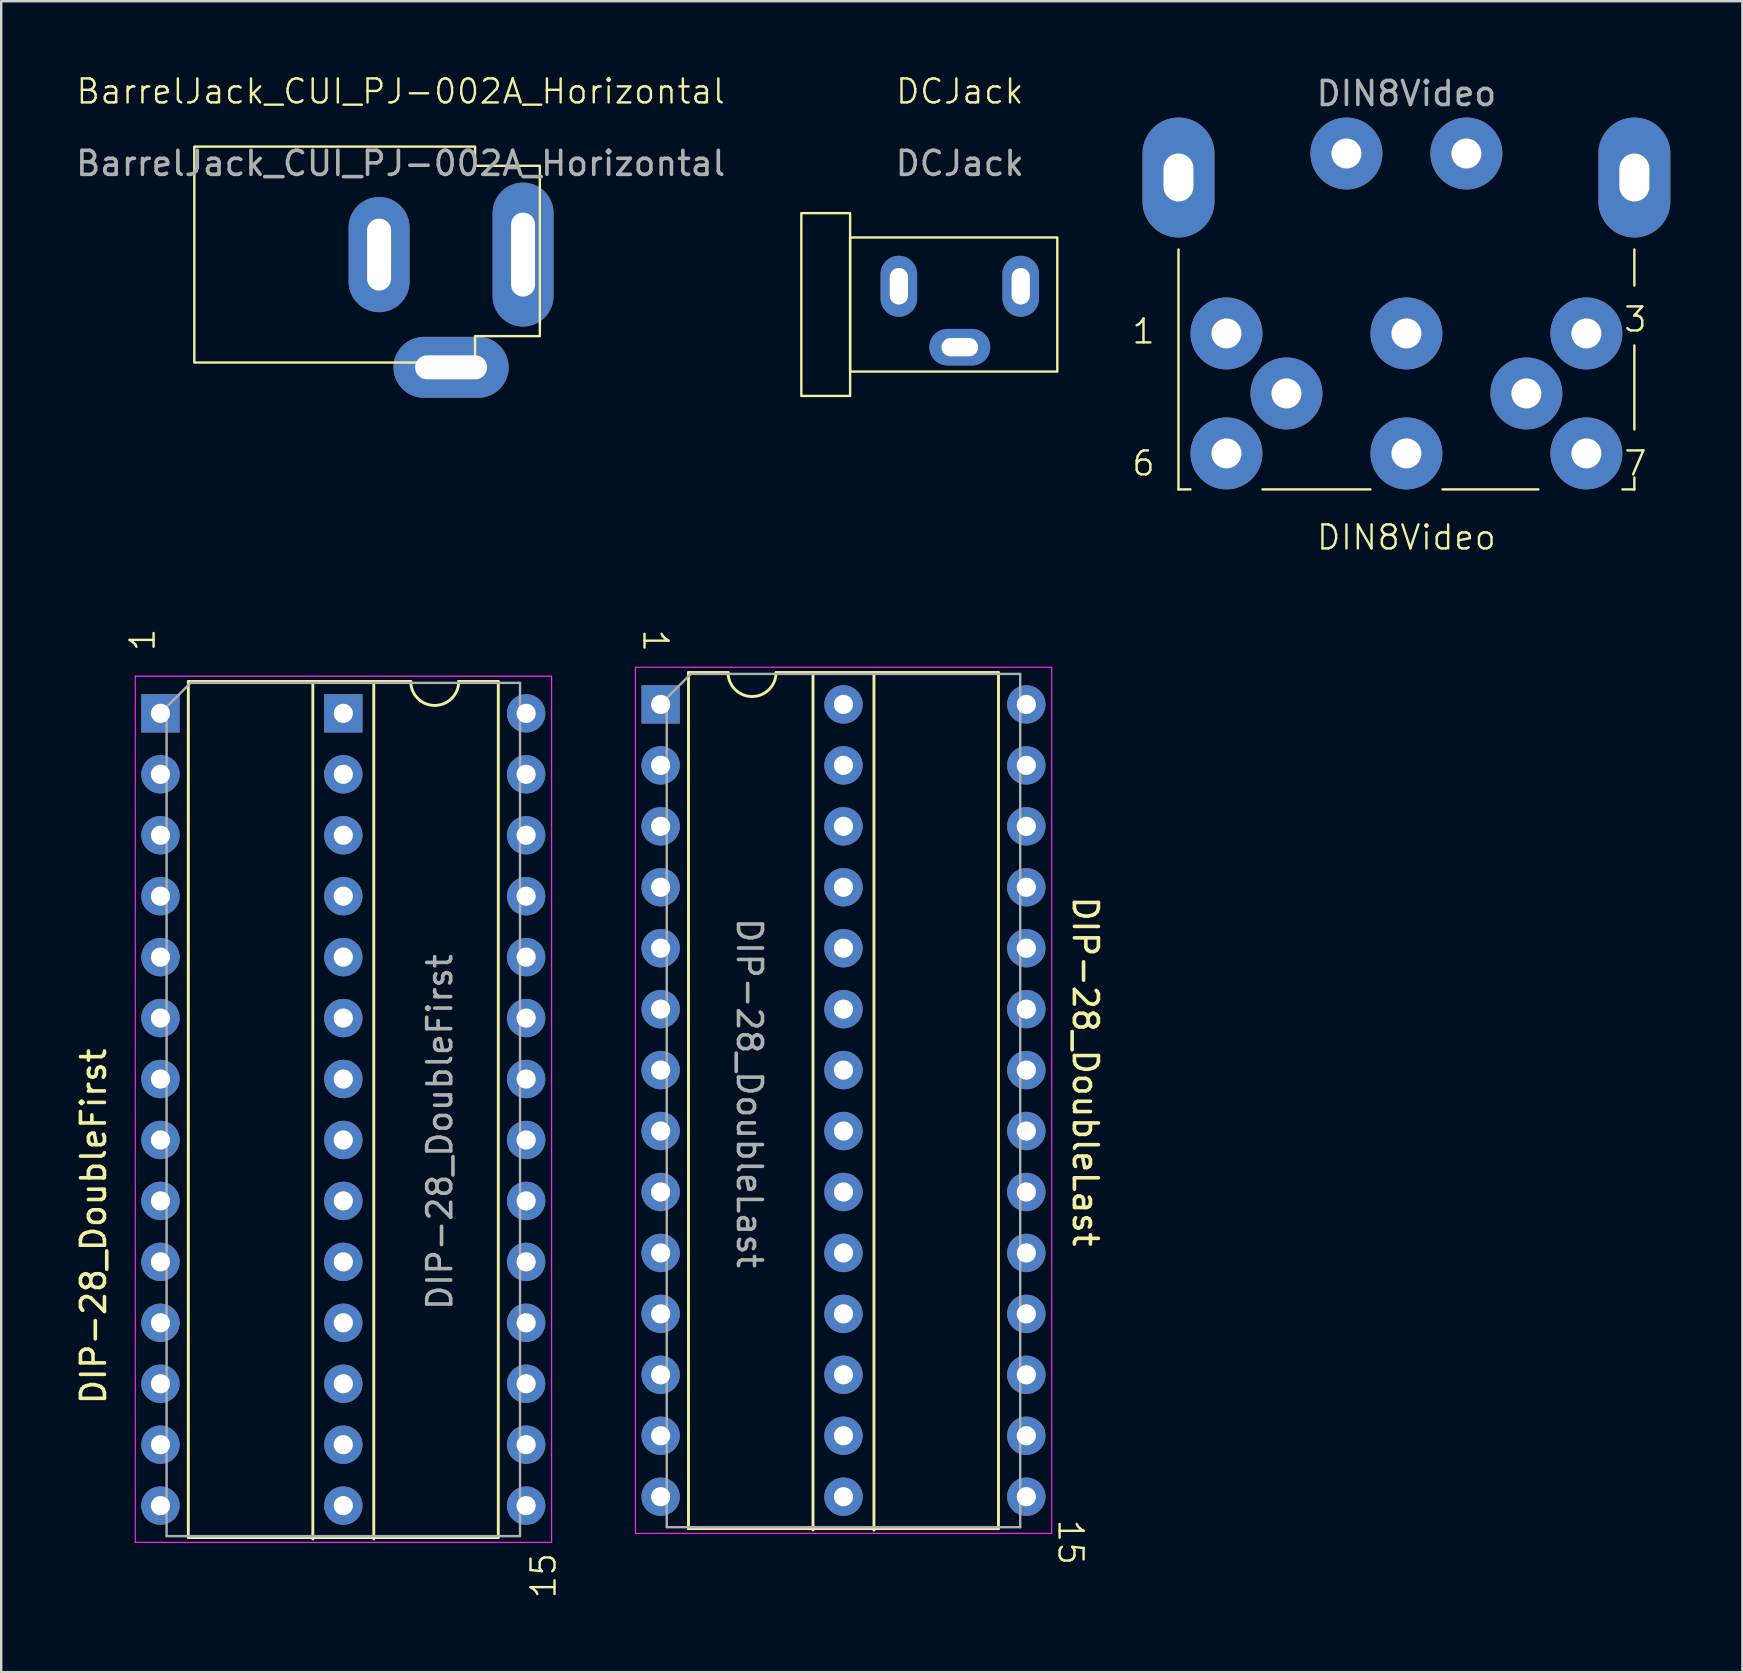
<source format=kicad_pcb>
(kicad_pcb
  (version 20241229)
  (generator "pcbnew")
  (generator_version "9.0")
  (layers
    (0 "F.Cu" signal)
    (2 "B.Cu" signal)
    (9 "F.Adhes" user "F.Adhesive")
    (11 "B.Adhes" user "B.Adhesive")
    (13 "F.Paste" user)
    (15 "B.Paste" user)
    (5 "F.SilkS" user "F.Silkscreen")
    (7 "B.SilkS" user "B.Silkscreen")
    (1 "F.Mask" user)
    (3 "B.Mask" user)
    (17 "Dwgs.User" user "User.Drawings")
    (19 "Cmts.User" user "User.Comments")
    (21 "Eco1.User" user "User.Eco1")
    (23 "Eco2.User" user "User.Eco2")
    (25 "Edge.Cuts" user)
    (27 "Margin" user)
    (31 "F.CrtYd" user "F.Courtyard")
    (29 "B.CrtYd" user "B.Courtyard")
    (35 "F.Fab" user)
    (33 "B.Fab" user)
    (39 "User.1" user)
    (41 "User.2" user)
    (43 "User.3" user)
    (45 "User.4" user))
  (footprint "DIN8Video"
    (layer "F.Cu")
    (at 55.566 5.848)
    (property "Reference" "DIN8Video" (at 0 13.5 0) (unlocked yes) (layer "F.SilkS") (effects (font (size 1 1) (thickness 0.1))))
    (attr through_hole)
    (fp_line (start -9.5 1.5) (end -9.5 11.5) (stroke (width 0.1) (type default)) (layer "F.SilkS"))
    (fp_line (start -9.5 11.5) (end -9 11.5) (stroke (width 0.1) (type default)) (layer "F.SilkS"))
    (fp_line (start -6 11.5) (end -1.5 11.5) (stroke (width 0.1) (type default)) (layer "F.SilkS"))
    (fp_line (start 1.5 11.5) (end 5.5 11.5) (stroke (width 0.1) (type default)) (layer "F.SilkS"))
    (fp_line (start 9 11.5) (end 9.5 11.5) (stroke (width 0.1) (type default)) (layer "F.SilkS"))
    (fp_line (start 9.5 3) (end 9.5 1.5) (stroke (width 0.1) (type default)) (layer "F.SilkS"))
    (fp_line (start 9.5 9) (end 9.5 5.5) (stroke (width 0.1) (type default)) (layer "F.SilkS"))
    (fp_line (start 9.5 11.5) (end 9.5 11) (stroke (width 0.1) (type default)) (layer "F.SilkS"))
    (fp_text user "1" (at -11.5 5.5 0) (unlocked yes) (layer "F.SilkS") (effects (font (size 1 1) (thickness 0.1)) (justify left bottom)))
    (fp_text user "7" (at 9 11 0) (unlocked yes) (layer "F.SilkS") (effects (font (size 1 1) (thickness 0.1)) (justify left bottom)))
    (fp_text user "3" (at 9 5 0) (unlocked yes) (layer "F.SilkS") (effects (font (size 1 1) (thickness 0.1)) (justify left bottom)))
    (fp_text user "6" (at -11.5 11 0) (unlocked yes) (layer "F.SilkS") (effects (font (size 1 1) (thickness 0.1)) (justify left bottom)))
    (fp_text user "${REFERENCE}" (at 0 -5 0) (unlocked yes) (layer "F.Fab") (effects (font (size 1 1) (thickness 0.15))))
    (pad "1" thru_hole circle (at -7.5 5) (size 3 3) (drill 1.25) (layers "*.Cu" "*.Mask"))
    (pad "2" thru_hole oval (at -9.5 -1.5) (size 3 5) (drill oval 1.25 2) (layers "*.Cu" "*.Mask"))
    (pad "2" thru_hole circle (at -2.5 -2.5) (size 3 3) (drill 1.25) (layers "*.Cu" "*.Mask"))
    (pad "2" thru_hole circle (at 0 5) (size 3 3) (drill 1.25) (layers "*.Cu" "*.Mask"))
    (pad "2" thru_hole circle (at 2.5 -2.5) (size 3 3) (drill 1.25) (layers "*.Cu" "*.Mask"))
    (pad "2" thru_hole oval (at 9.5 -1.5) (size 3 5) (drill oval 1.25 2) (layers "*.Cu" "*.Mask"))
    (pad "3" thru_hole circle (at 7.5 5) (size 3 3) (drill 1.25) (layers "*.Cu" "*.Mask"))
    (pad "4" thru_hole circle (at -5 7.5) (size 3 3) (drill 1.25) (layers "*.Cu" "*.Mask"))
    (pad "5" thru_hole circle (at 5 7.5) (size 3 3) (drill 1.25) (layers "*.Cu" "*.Mask"))
    (pad "6" thru_hole circle (at -7.5 10) (size 3 3) (drill 1.25) (layers "*.Cu" "*.Mask"))
    (pad "7" thru_hole circle (at 7.5 10) (size 3 3) (drill 1.25) (layers "*.Cu" "*.Mask"))
    (pad "8" thru_hole circle (at 0 10) (size 3 3) (drill 1.25) (layers "*.Cu" "*.Mask")))
  (footprint "DIP-28_DoubleLast"
    (layer "F.Cu")
    (at 24.484 26.309)
    (property "Reference" "DIP-28_DoubleLast" (at 17.7 15.3 270) (unlocked yes) (layer "F.SilkS") (effects (font (size 1 1) (thickness 0.15))))
    (attr through_hole)
    (fp_line (start 1.16 -1.33) (end 1.16 34.35) (stroke (width 0.12) (type solid)) (layer "F.SilkS"))
    (fp_line (start 1.16 34.35) (end 14.08 34.35) (stroke (width 0.12) (type solid)) (layer "F.SilkS"))
    (fp_line (start 2.81 -1.33) (end 1.16 -1.33) (stroke (width 0.12) (type solid)) (layer "F.SilkS"))
    (fp_line (start 6.35 34.41) (end 6.35 -1.27) (stroke (width 0.12) (type solid)) (layer "F.SilkS"))
    (fp_line (start 8.89 34.41) (end 8.89 -1.27) (stroke (width 0.12) (type solid)) (layer "F.SilkS"))
    (fp_line (start 14.08 -1.33) (end 4.81 -1.33) (stroke (width 0.12) (type solid)) (layer "F.SilkS"))
    (fp_line (start 14.08 34.35) (end 14.08 -1.33) (stroke (width 0.12) (type solid)) (layer "F.SilkS"))
    (fp_arc (start 4.81 -1.33) (mid 3.81 -0.33) (end 2.81 -1.33) (stroke (width 0.12) (type solid)) (layer "F.SilkS"))
    (fp_line (start -1.05 -1.55) (end -1.05 34.55) (stroke (width 0.05) (type solid)) (layer "F.CrtYd"))
    (fp_line (start -1.05 34.55) (end 16.3 34.55) (stroke (width 0.05) (type solid)) (layer "F.CrtYd"))
    (fp_line (start 16.3 -1.55) (end -1.05 -1.55) (stroke (width 0.05) (type solid)) (layer "F.CrtYd"))
    (fp_line (start 16.3 34.55) (end 16.3 -1.55) (stroke (width 0.05) (type solid)) (layer "F.CrtYd"))
    (fp_line (start 0.255 -0.27) (end 1.255 -1.27) (stroke (width 0.1) (type solid)) (layer "F.Fab"))
    (fp_line (start 0.255 34.29) (end 0.255 -0.27) (stroke (width 0.1) (type solid)) (layer "F.Fab"))
    (fp_line (start 1.255 -1.27) (end 14.985 -1.27) (stroke (width 0.1) (type solid)) (layer "F.Fab"))
    (fp_line (start 14.985 -1.27) (end 14.985 34.29) (stroke (width 0.1) (type solid)) (layer "F.Fab"))
    (fp_line (start 14.985 34.29) (end 0.255 34.29) (stroke (width 0.1) (type solid)) (layer "F.Fab"))
    (fp_text user "1" (at -0.8 -3.2 270) (unlocked yes) (layer "F.SilkS") (effects (font (size 1 1) (thickness 0.1)) (justify left bottom)))
    (fp_text user "15" (at 16.5 33.9 270) (unlocked yes) (layer "F.SilkS") (effects (font (size 1 1) (thickness 0.1)) (justify left bottom)))
    (fp_text user "${REFERENCE}" (at 3.7 16.2 270) (unlocked yes) (layer "F.Fab") (effects (font (size 1 1) (thickness 0.15))))
    (pad "1" thru_hole rect (at 0 0) (size 1.6 1.6) (drill 0.8) (layers "*.Cu" "*.Mask"))
    (pad "2" thru_hole oval (at 0 2.54) (size 1.6 1.6) (drill 0.8) (layers "*.Cu" "*.Mask"))
    (pad "3" thru_hole oval (at 0 5.08) (size 1.6 1.6) (drill 0.8) (layers "*.Cu" "*.Mask"))
    (pad "4" thru_hole oval (at 0 7.62) (size 1.6 1.6) (drill 0.8) (layers "*.Cu" "*.Mask"))
    (pad "5" thru_hole oval (at 0 10.16) (size 1.6 1.6) (drill 0.8) (layers "*.Cu" "*.Mask"))
    (pad "6" thru_hole oval (at 0 12.7) (size 1.6 1.6) (drill 0.8) (layers "*.Cu" "*.Mask"))
    (pad "7" thru_hole oval (at 0 15.24) (size 1.6 1.6) (drill 0.8) (layers "*.Cu" "*.Mask"))
    (pad "8" thru_hole oval (at 0 17.78) (size 1.6 1.6) (drill 0.8) (layers "*.Cu" "*.Mask"))
    (pad "9" thru_hole oval (at 0 20.32) (size 1.6 1.6) (drill 0.8) (layers "*.Cu" "*.Mask"))
    (pad "10" thru_hole oval (at 0 22.86) (size 1.6 1.6) (drill 0.8) (layers "*.Cu" "*.Mask"))
    (pad "11" thru_hole oval (at 0 25.4) (size 1.6 1.6) (drill 0.8) (layers "*.Cu" "*.Mask"))
    (pad "12" thru_hole oval (at 0 27.94) (size 1.6 1.6) (drill 0.8) (layers "*.Cu" "*.Mask"))
    (pad "13" thru_hole oval (at 0 30.48) (size 1.6 1.6) (drill 0.8) (layers "*.Cu" "*.Mask"))
    (pad "14" thru_hole oval (at 0 33.02) (size 1.6 1.6) (drill 0.8) (layers "*.Cu" "*.Mask"))
    (pad "15" thru_hole oval (at 7.62 33.02) (size 1.6 1.6) (drill 0.8) (layers "*.Cu" "*.Mask"))
    (pad "15" thru_hole oval (at 15.24 33.02) (size 1.6 1.6) (drill 0.8) (layers "*.Cu" "*.Mask"))
    (pad "16" thru_hole oval (at 7.62 30.48) (size 1.6 1.6) (drill 0.8) (layers "*.Cu" "*.Mask"))
    (pad "16" thru_hole oval (at 15.24 30.48) (size 1.6 1.6) (drill 0.8) (layers "*.Cu" "*.Mask"))
    (pad "17" thru_hole oval (at 7.62 27.94) (size 1.6 1.6) (drill 0.8) (layers "*.Cu" "*.Mask"))
    (pad "17" thru_hole oval (at 15.24 27.94) (size 1.6 1.6) (drill 0.8) (layers "*.Cu" "*.Mask"))
    (pad "18" thru_hole oval (at 7.62 25.4) (size 1.6 1.6) (drill 0.8) (layers "*.Cu" "*.Mask"))
    (pad "18" thru_hole oval (at 15.24 25.4) (size 1.6 1.6) (drill 0.8) (layers "*.Cu" "*.Mask"))
    (pad "19" thru_hole oval (at 7.62 22.86) (size 1.6 1.6) (drill 0.8) (layers "*.Cu" "*.Mask"))
    (pad "19" thru_hole oval (at 15.24 22.86) (size 1.6 1.6) (drill 0.8) (layers "*.Cu" "*.Mask"))
    (pad "20" thru_hole oval (at 7.62 20.32) (size 1.6 1.6) (drill 0.8) (layers "*.Cu" "*.Mask"))
    (pad "20" thru_hole oval (at 15.24 20.32) (size 1.6 1.6) (drill 0.8) (layers "*.Cu" "*.Mask"))
    (pad "21" thru_hole oval (at 7.62 17.78) (size 1.6 1.6) (drill 0.8) (layers "*.Cu" "*.Mask"))
    (pad "21" thru_hole oval (at 15.24 17.78) (size 1.6 1.6) (drill 0.8) (layers "*.Cu" "*.Mask"))
    (pad "22" thru_hole oval (at 7.62 15.24) (size 1.6 1.6) (drill 0.8) (layers "*.Cu" "*.Mask"))
    (pad "22" thru_hole oval (at 15.24 15.24) (size 1.6 1.6) (drill 0.8) (layers "*.Cu" "*.Mask"))
    (pad "23" thru_hole oval (at 7.62 12.7) (size 1.6 1.6) (drill 0.8) (layers "*.Cu" "*.Mask"))
    (pad "23" thru_hole oval (at 15.24 12.7) (size 1.6 1.6) (drill 0.8) (layers "*.Cu" "*.Mask"))
    (pad "24" thru_hole oval (at 7.62 10.16) (size 1.6 1.6) (drill 0.8) (layers "*.Cu" "*.Mask"))
    (pad "24" thru_hole oval (at 15.24 10.16) (size 1.6 1.6) (drill 0.8) (layers "*.Cu" "*.Mask"))
    (pad "25" thru_hole oval (at 7.62 7.62) (size 1.6 1.6) (drill 0.8) (layers "*.Cu" "*.Mask"))
    (pad "25" thru_hole oval (at 15.24 7.62) (size 1.6 1.6) (drill 0.8) (layers "*.Cu" "*.Mask"))
    (pad "26" thru_hole oval (at 7.62 5.08) (size 1.6 1.6) (drill 0.8) (layers "*.Cu" "*.Mask"))
    (pad "26" thru_hole oval (at 15.24 5.08) (size 1.6 1.6) (drill 0.8) (layers "*.Cu" "*.Mask"))
    (pad "27" thru_hole oval (at 7.62 2.54) (size 1.6 1.6) (drill 0.8) (layers "*.Cu" "*.Mask"))
    (pad "27" thru_hole oval (at 15.24 2.54) (size 1.6 1.6) (drill 0.8) (layers "*.Cu" "*.Mask"))
    (pad "28" thru_hole oval (at 7.62 0) (size 1.6 1.6) (drill 0.8) (layers "*.Cu" "*.Mask"))
    (pad "28" thru_hole oval (at 15.24 0) (size 1.6 1.6) (drill 0.8) (layers "*.Cu" "*.Mask")))
  (footprint "DIP-28_DoubleFirst"
    (layer "F.Cu")
    (at 3.638 26.681)
    (property "Reference" "DIP-28_DoubleFirst" (at -2.79 21.38 90) (unlocked yes) (layer "F.SilkS") (effects (font (size 1 1) (thickness 0.15))))
    (attr through_hole)
    (fp_line (start 1.16 -1.33) (end 1.16 34.35) (stroke (width 0.12) (type solid)) (layer "F.SilkS"))
    (fp_line (start 1.16 34.35) (end 14.08 34.35) (stroke (width 0.12) (type solid)) (layer "F.SilkS"))
    (fp_line (start 6.35 34.41) (end 6.35 -1.27) (stroke (width 0.12) (type solid)) (layer "F.SilkS"))
    (fp_line (start 8.89 34.41) (end 8.89 -1.27) (stroke (width 0.12) (type solid)) (layer "F.SilkS"))
    (fp_line (start 10.435 -1.33) (end 1.165 -1.33) (stroke (width 0.12) (type solid)) (layer "F.SilkS"))
    (fp_line (start 14.075 -1.33) (end 12.425 -1.33) (stroke (width 0.12) (type solid)) (layer "F.SilkS"))
    (fp_line (start 14.08 34.35) (end 14.08 -1.33) (stroke (width 0.12) (type solid)) (layer "F.SilkS"))
    (fp_arc (start 12.43 -1.33) (mid 11.43 -0.33) (end 10.43 -1.33) (stroke (width 0.12) (type solid)) (layer "F.SilkS"))
    (fp_line (start -1.05 -1.55) (end -1.05 34.55) (stroke (width 0.05) (type solid)) (layer "F.CrtYd"))
    (fp_line (start -1.05 34.55) (end 16.3 34.55) (stroke (width 0.05) (type solid)) (layer "F.CrtYd"))
    (fp_line (start 16.3 -1.55) (end -1.05 -1.55) (stroke (width 0.05) (type solid)) (layer "F.CrtYd"))
    (fp_line (start 16.3 34.55) (end 16.3 -1.55) (stroke (width 0.05) (type solid)) (layer "F.CrtYd"))
    (fp_line (start 0.255 -0.27) (end 1.255 -1.27) (stroke (width 0.1) (type solid)) (layer "F.Fab"))
    (fp_line (start 0.255 34.29) (end 0.255 -0.27) (stroke (width 0.1) (type solid)) (layer "F.Fab"))
    (fp_line (start 1.255 -1.27) (end 14.985 -1.27) (stroke (width 0.1) (type solid)) (layer "F.Fab"))
    (fp_line (start 14.985 -1.27) (end 14.985 34.29) (stroke (width 0.1) (type solid)) (layer "F.Fab"))
    (fp_line (start 14.985 34.29) (end 0.255 34.29) (stroke (width 0.1) (type solid)) (layer "F.Fab"))
    (fp_text user "15" (at 16.55 36.96 90) (unlocked yes) (layer "F.SilkS") (effects (font (size 1 1) (thickness 0.1)) (justify left bottom)))
    (fp_text user "1" (at -0.16 -2.52 90) (unlocked yes) (layer "F.SilkS") (effects (font (size 1 1) (thickness 0.1)) (justify left bottom)))
    (fp_text user "${REFERENCE}" (at 11.64 17.45 90) (unlocked yes) (layer "F.Fab") (effects (font (size 1 1) (thickness 0.15))))
    (pad "1" thru_hole rect (at 0 0) (size 1.6 1.6) (drill 0.8) (layers "*.Cu" "*.Mask"))
    (pad "1" thru_hole rect (at 7.62 0) (size 1.6 1.6) (drill 0.8) (layers "*.Cu" "*.Mask"))
    (pad "2" thru_hole oval (at 0 2.54) (size 1.6 1.6) (drill 0.8) (layers "*.Cu" "*.Mask"))
    (pad "2" thru_hole oval (at 7.62 2.54) (size 1.6 1.6) (drill 0.8) (layers "*.Cu" "*.Mask"))
    (pad "3" thru_hole oval (at 0 5.08) (size 1.6 1.6) (drill 0.8) (layers "*.Cu" "*.Mask"))
    (pad "3" thru_hole oval (at 7.62 5.08) (size 1.6 1.6) (drill 0.8) (layers "*.Cu" "*.Mask"))
    (pad "4" thru_hole oval (at 0 7.62) (size 1.6 1.6) (drill 0.8) (layers "*.Cu" "*.Mask"))
    (pad "4" thru_hole oval (at 7.62 7.62) (size 1.6 1.6) (drill 0.8) (layers "*.Cu" "*.Mask"))
    (pad "5" thru_hole oval (at 0 10.16) (size 1.6 1.6) (drill 0.8) (layers "*.Cu" "*.Mask"))
    (pad "5" thru_hole oval (at 7.62 10.16) (size 1.6 1.6) (drill 0.8) (layers "*.Cu" "*.Mask"))
    (pad "6" thru_hole oval (at 0 12.7) (size 1.6 1.6) (drill 0.8) (layers "*.Cu" "*.Mask"))
    (pad "6" thru_hole oval (at 7.62 12.7) (size 1.6 1.6) (drill 0.8) (layers "*.Cu" "*.Mask"))
    (pad "7" thru_hole oval (at 0 15.24) (size 1.6 1.6) (drill 0.8) (layers "*.Cu" "*.Mask"))
    (pad "7" thru_hole oval (at 7.62 15.24) (size 1.6 1.6) (drill 0.8) (layers "*.Cu" "*.Mask"))
    (pad "8" thru_hole oval (at 0 17.78) (size 1.6 1.6) (drill 0.8) (layers "*.Cu" "*.Mask"))
    (pad "8" thru_hole oval (at 7.62 17.78) (size 1.6 1.6) (drill 0.8) (layers "*.Cu" "*.Mask"))
    (pad "9" thru_hole oval (at 0 20.32) (size 1.6 1.6) (drill 0.8) (layers "*.Cu" "*.Mask"))
    (pad "9" thru_hole oval (at 7.62 20.32) (size 1.6 1.6) (drill 0.8) (layers "*.Cu" "*.Mask"))
    (pad "10" thru_hole oval (at 0 22.86) (size 1.6 1.6) (drill 0.8) (layers "*.Cu" "*.Mask"))
    (pad "10" thru_hole oval (at 7.62 22.86) (size 1.6 1.6) (drill 0.8) (layers "*.Cu" "*.Mask"))
    (pad "11" thru_hole oval (at 0 25.4) (size 1.6 1.6) (drill 0.8) (layers "*.Cu" "*.Mask"))
    (pad "11" thru_hole oval (at 7.62 25.4) (size 1.6 1.6) (drill 0.8) (layers "*.Cu" "*.Mask"))
    (pad "12" thru_hole oval (at 0 27.94) (size 1.6 1.6) (drill 0.8) (layers "*.Cu" "*.Mask"))
    (pad "12" thru_hole oval (at 7.62 27.94) (size 1.6 1.6) (drill 0.8) (layers "*.Cu" "*.Mask"))
    (pad "13" thru_hole oval (at 0 30.48) (size 1.6 1.6) (drill 0.8) (layers "*.Cu" "*.Mask"))
    (pad "13" thru_hole oval (at 7.62 30.48) (size 1.6 1.6) (drill 0.8) (layers "*.Cu" "*.Mask"))
    (pad "14" thru_hole oval (at 0 33.02) (size 1.6 1.6) (drill 0.8) (layers "*.Cu" "*.Mask"))
    (pad "14" thru_hole oval (at 7.62 33.02) (size 1.6 1.6) (drill 0.8) (layers "*.Cu" "*.Mask"))
    (pad "15" thru_hole oval (at 15.24 33.02) (size 1.6 1.6) (drill 0.8) (layers "*.Cu" "*.Mask"))
    (pad "16" thru_hole oval (at 15.24 30.48) (size 1.6 1.6) (drill 0.8) (layers "*.Cu" "*.Mask"))
    (pad "17" thru_hole oval (at 15.24 27.94) (size 1.6 1.6) (drill 0.8) (layers "*.Cu" "*.Mask"))
    (pad "18" thru_hole oval (at 15.24 25.4) (size 1.6 1.6) (drill 0.8) (layers "*.Cu" "*.Mask"))
    (pad "19" thru_hole oval (at 15.24 22.86) (size 1.6 1.6) (drill 0.8) (layers "*.Cu" "*.Mask"))
    (pad "20" thru_hole oval (at 15.24 20.32) (size 1.6 1.6) (drill 0.8) (layers "*.Cu" "*.Mask"))
    (pad "21" thru_hole oval (at 15.24 17.78) (size 1.6 1.6) (drill 0.8) (layers "*.Cu" "*.Mask"))
    (pad "22" thru_hole oval (at 15.24 15.24) (size 1.6 1.6) (drill 0.8) (layers "*.Cu" "*.Mask"))
    (pad "23" thru_hole oval (at 15.24 12.7) (size 1.6 1.6) (drill 0.8) (layers "*.Cu" "*.Mask"))
    (pad "24" thru_hole oval (at 15.24 10.16) (size 1.6 1.6) (drill 0.8) (layers "*.Cu" "*.Mask"))
    (pad "25" thru_hole oval (at 15.24 7.62) (size 1.6 1.6) (drill 0.8) (layers "*.Cu" "*.Mask"))
    (pad "26" thru_hole oval (at 15.24 5.08) (size 1.6 1.6) (drill 0.8) (layers "*.Cu" "*.Mask"))
    (pad "27" thru_hole oval (at 15.24 2.54) (size 1.6 1.6) (drill 0.8) (layers "*.Cu" "*.Mask"))
    (pad "28" thru_hole oval (at 15.24 0) (size 1.6 1.6) (drill 0.8) (layers "*.Cu" "*.Mask")))
  (footprint "DCJack"
    (layer "F.Cu")
    (at 36.952 1.26)
    (property "Reference" "DCJack" (at 0 -0.5 0) (unlocked yes) (layer "F.SilkS") (effects (font (size 1 1) (thickness 0.1))))
    (attr through_hole)
    (fp_rect (start -6.604 4.572) (end -4.572 12.192) (stroke (width 0.1) (type default)) (fill no) (layer "F.SilkS"))
    (fp_rect (start -4.572 5.588) (end 4.064 11.176) (stroke (width 0.1) (type default)) (fill no) (layer "F.SilkS"))
    (fp_text user "${REFERENCE}" (at 0 2.5 0) (unlocked yes) (layer "F.Fab") (effects (font (size 1 1) (thickness 0.15))))
    (pad "1" thru_hole oval (at -2.54 7.62 90) (size 2.54 1.524) (drill oval 1.524 0.762) (layers "*.Cu" "*.Mask"))
    (pad "1" thru_hole oval (at 0 10.16 180) (size 2.54 1.524) (drill oval 1.524 0.762) (layers "*.Cu" "*.Mask"))
    (pad "2" thru_hole oval (at 2.54 7.62 270) (size 2.54 1.524) (drill oval 1.524 0.762) (layers "*.Cu" "*.Mask")))
  (footprint "BarrelJack_CUI_PJ-002A_Horizontal"
    (layer "F.Cu")
    (at 13.649 1.26)
    (property "Reference" "BarrelJack_CUI_PJ-002A_Horizontal" (at 0 -0.5 0) (unlocked yes) (layer "F.SilkS") (effects (font (size 1 1) (thickness 0.1))))
    (attr through_hole)
    (fp_poly (pts (xy -8.6 10.8) (xy 3.1 10.8) (xy 3.1 9.7) (xy 5.8 9.7) (xy 5.8 2.6) (xy 3.1 2.6) (xy 3.1 1.8) (xy -8.6 1.8)) (stroke (width 0.1) (type solid)) (fill no) (layer "F.SilkS"))
    (fp_text user "${REFERENCE}" (at 0 2.5 0) (unlocked yes) (layer "F.Fab") (effects (font (size 1 1) (thickness 0.15))))
    (pad "1" thru_hole oval (at 5.1 6.3 90) (size 6 2.54) (drill oval 3.5 1) (layers "*.Cu" "*.Mask"))
    (pad "2" thru_hole oval (at -0.9 6.3 270) (size 4.8 2.54) (drill oval 3 1) (layers "*.Cu" "*.Mask"))
    (pad "2" thru_hole oval (at 2.1 11 180) (size 4.8 2.54) (drill oval 3 1) (layers "*.Cu" "*.Mask")))
  (gr_rect
    (start -3 -3)
    (end 69.566 66.641)
    (stroke (width 0.1) (type default))
    (fill no)
    (layer "Edge.Cuts")))
</source>
